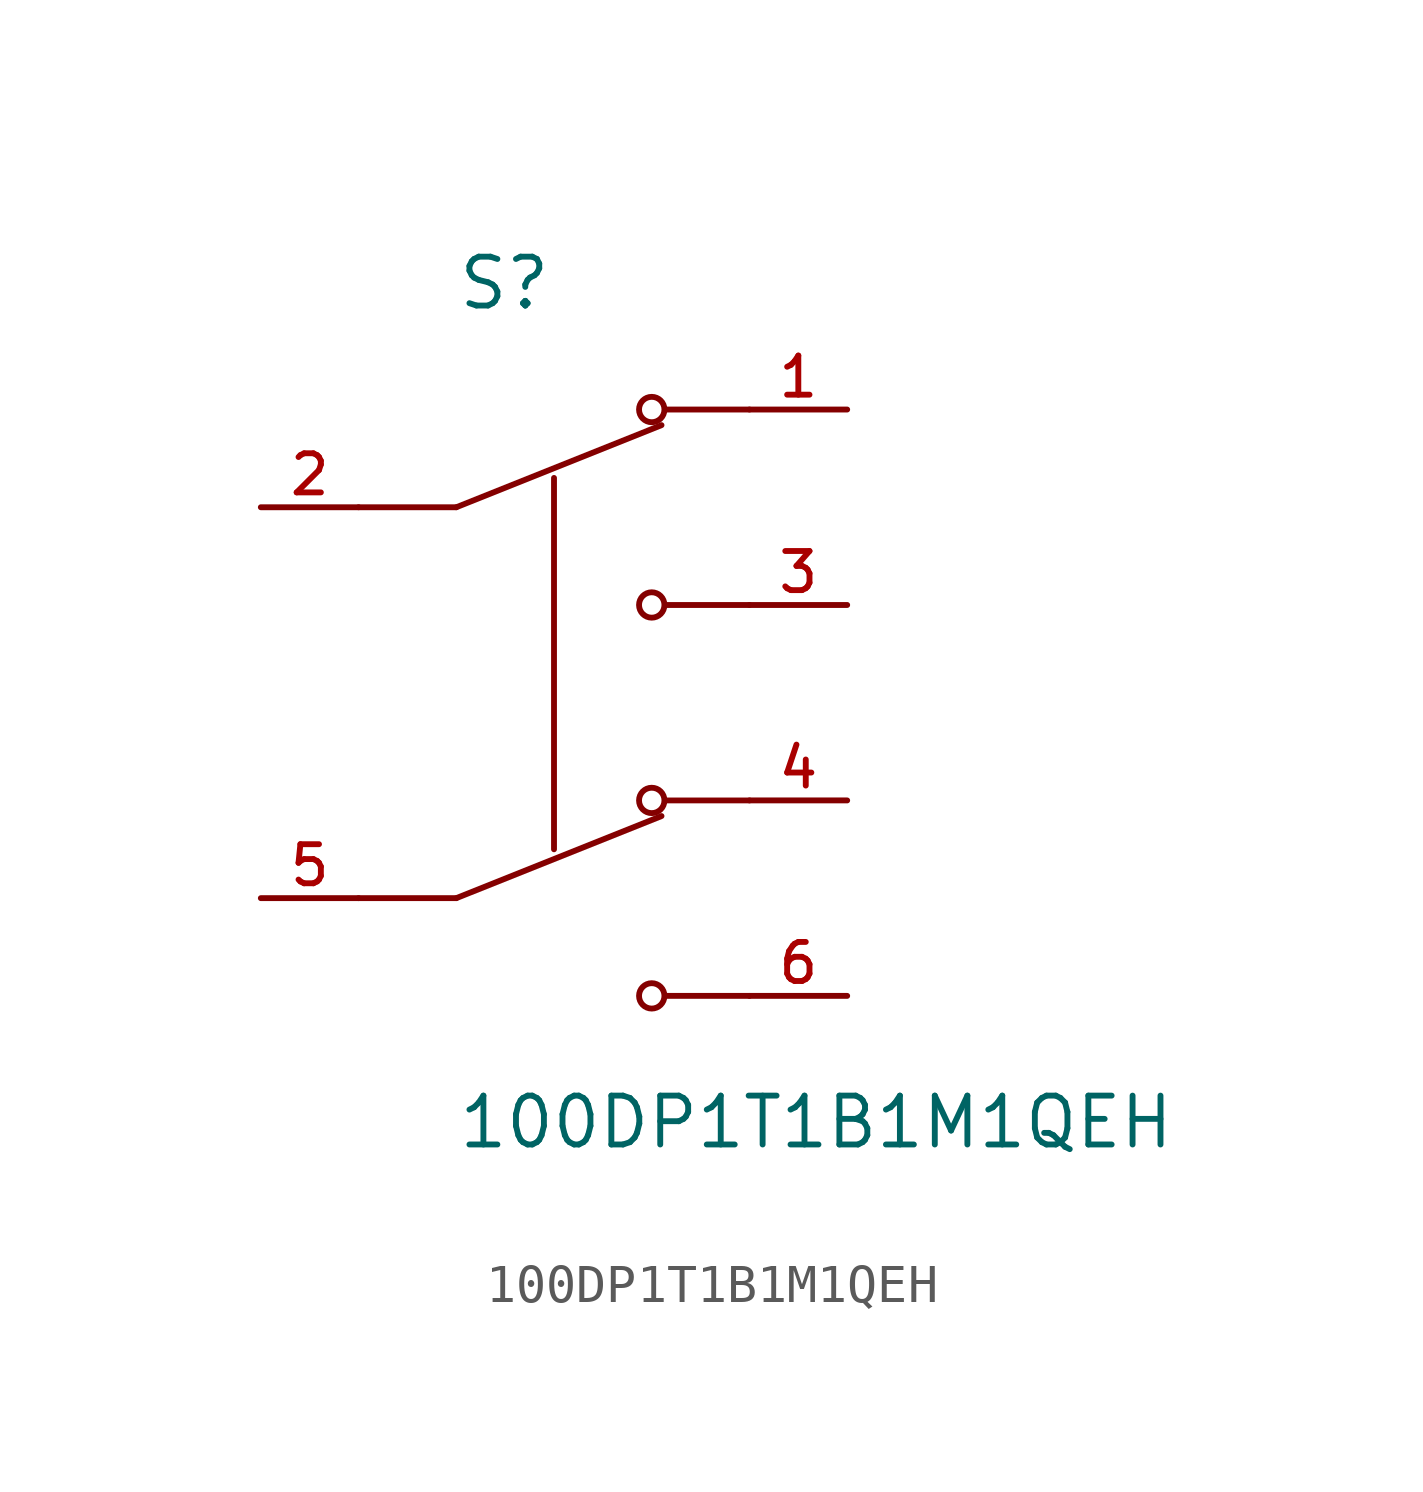
<source format=kicad_sym>
(kicad_symbol_lib
  (version 20211014)
  (generator kicad_symbol_editor)
  (symbol "100DP1T1B1M1QEH"
    (pin_names
      (offset 1.016))
    (property "Reference" "S"
      (at -2.54 10.16 0)
      (effects (font (size 1.27 1.27)) (justify bottom left)))
    (property "Value" "100DP1T1B1M1QEH"
      (at -2.54 -10.16 0)
      (effects (font (size 1.27 1.27)) (justify top left)))
    (symbol "100DP1T1B1M1QEH_0_0"
      (polyline (pts (xy -2.54 5.08) (xy 2.794 7.214)) (stroke (width 0.152)))
      (circle (center 2.54 7.62) (radius 0.33) (stroke (width 0.152)) (fill (type none)))
      (circle (center 2.54 2.54) (radius 0.33) (stroke (width 0.152)) (fill (type none)))
      (polyline (pts (xy 5.08 2.54) (xy 2.921 2.54)) (stroke (width 0.152)))
      (polyline (pts (xy 5.08 7.62) (xy 2.921 7.62)) (stroke (width 0.152)))
      (polyline (pts (xy -2.54 5.08) (xy -5.08 5.08)) (stroke (width 0.152)))
      (polyline (pts (xy -2.54 -5.08) (xy 2.794 -2.946)) (stroke (width 0.152)))
      (circle (center 2.54 -2.54) (radius 0.33) (stroke (width 0.152)) (fill (type none)))
      (circle (center 2.54 -7.62) (radius 0.33) (stroke (width 0.152)) (fill (type none)))
      (polyline (pts (xy 5.08 -7.62) (xy 2.921 -7.62)) (stroke (width 0.152)))
      (polyline (pts (xy 5.08 -2.54) (xy 2.921 -2.54)) (stroke (width 0.152)))
      (polyline (pts (xy -2.54 -5.08) (xy -5.08 -5.08)) (stroke (width 0.152)))
      (polyline (pts (xy 0.0 5.842) (xy 0.0 -3.81)) (stroke (width 0.152)))
      (pin passive line (at 7.62 7.62 180.0) (length 2.54) (name "~" (effects (font (size 1.016 1.016)))) (number "1" (effects (font (size 1.016 1.016)))))
      (pin passive line (at -7.62 5.08 0) (length 2.54) (name "~" (effects (font (size 1.016 1.016)))) (number "2" (effects (font (size 1.016 1.016)))))
      (pin passive line (at 7.62 2.54 180.0) (length 2.54) (name "~" (effects (font (size 1.016 1.016)))) (number "3" (effects (font (size 1.016 1.016)))))
      (pin passive line (at 7.62 -2.54 180.0) (length 2.54) (name "~" (effects (font (size 1.016 1.016)))) (number "4" (effects (font (size 1.016 1.016)))))
      (pin passive line (at -7.62 -5.08 0) (length 2.54) (name "~" (effects (font (size 1.016 1.016)))) (number "5" (effects (font (size 1.016 1.016)))))
      (pin passive line (at 7.62 -7.62 180.0) (length 2.54) (name "~" (effects (font (size 1.016 1.016)))) (number "6" (effects (font (size 1.016 1.016))))))))
</source>
